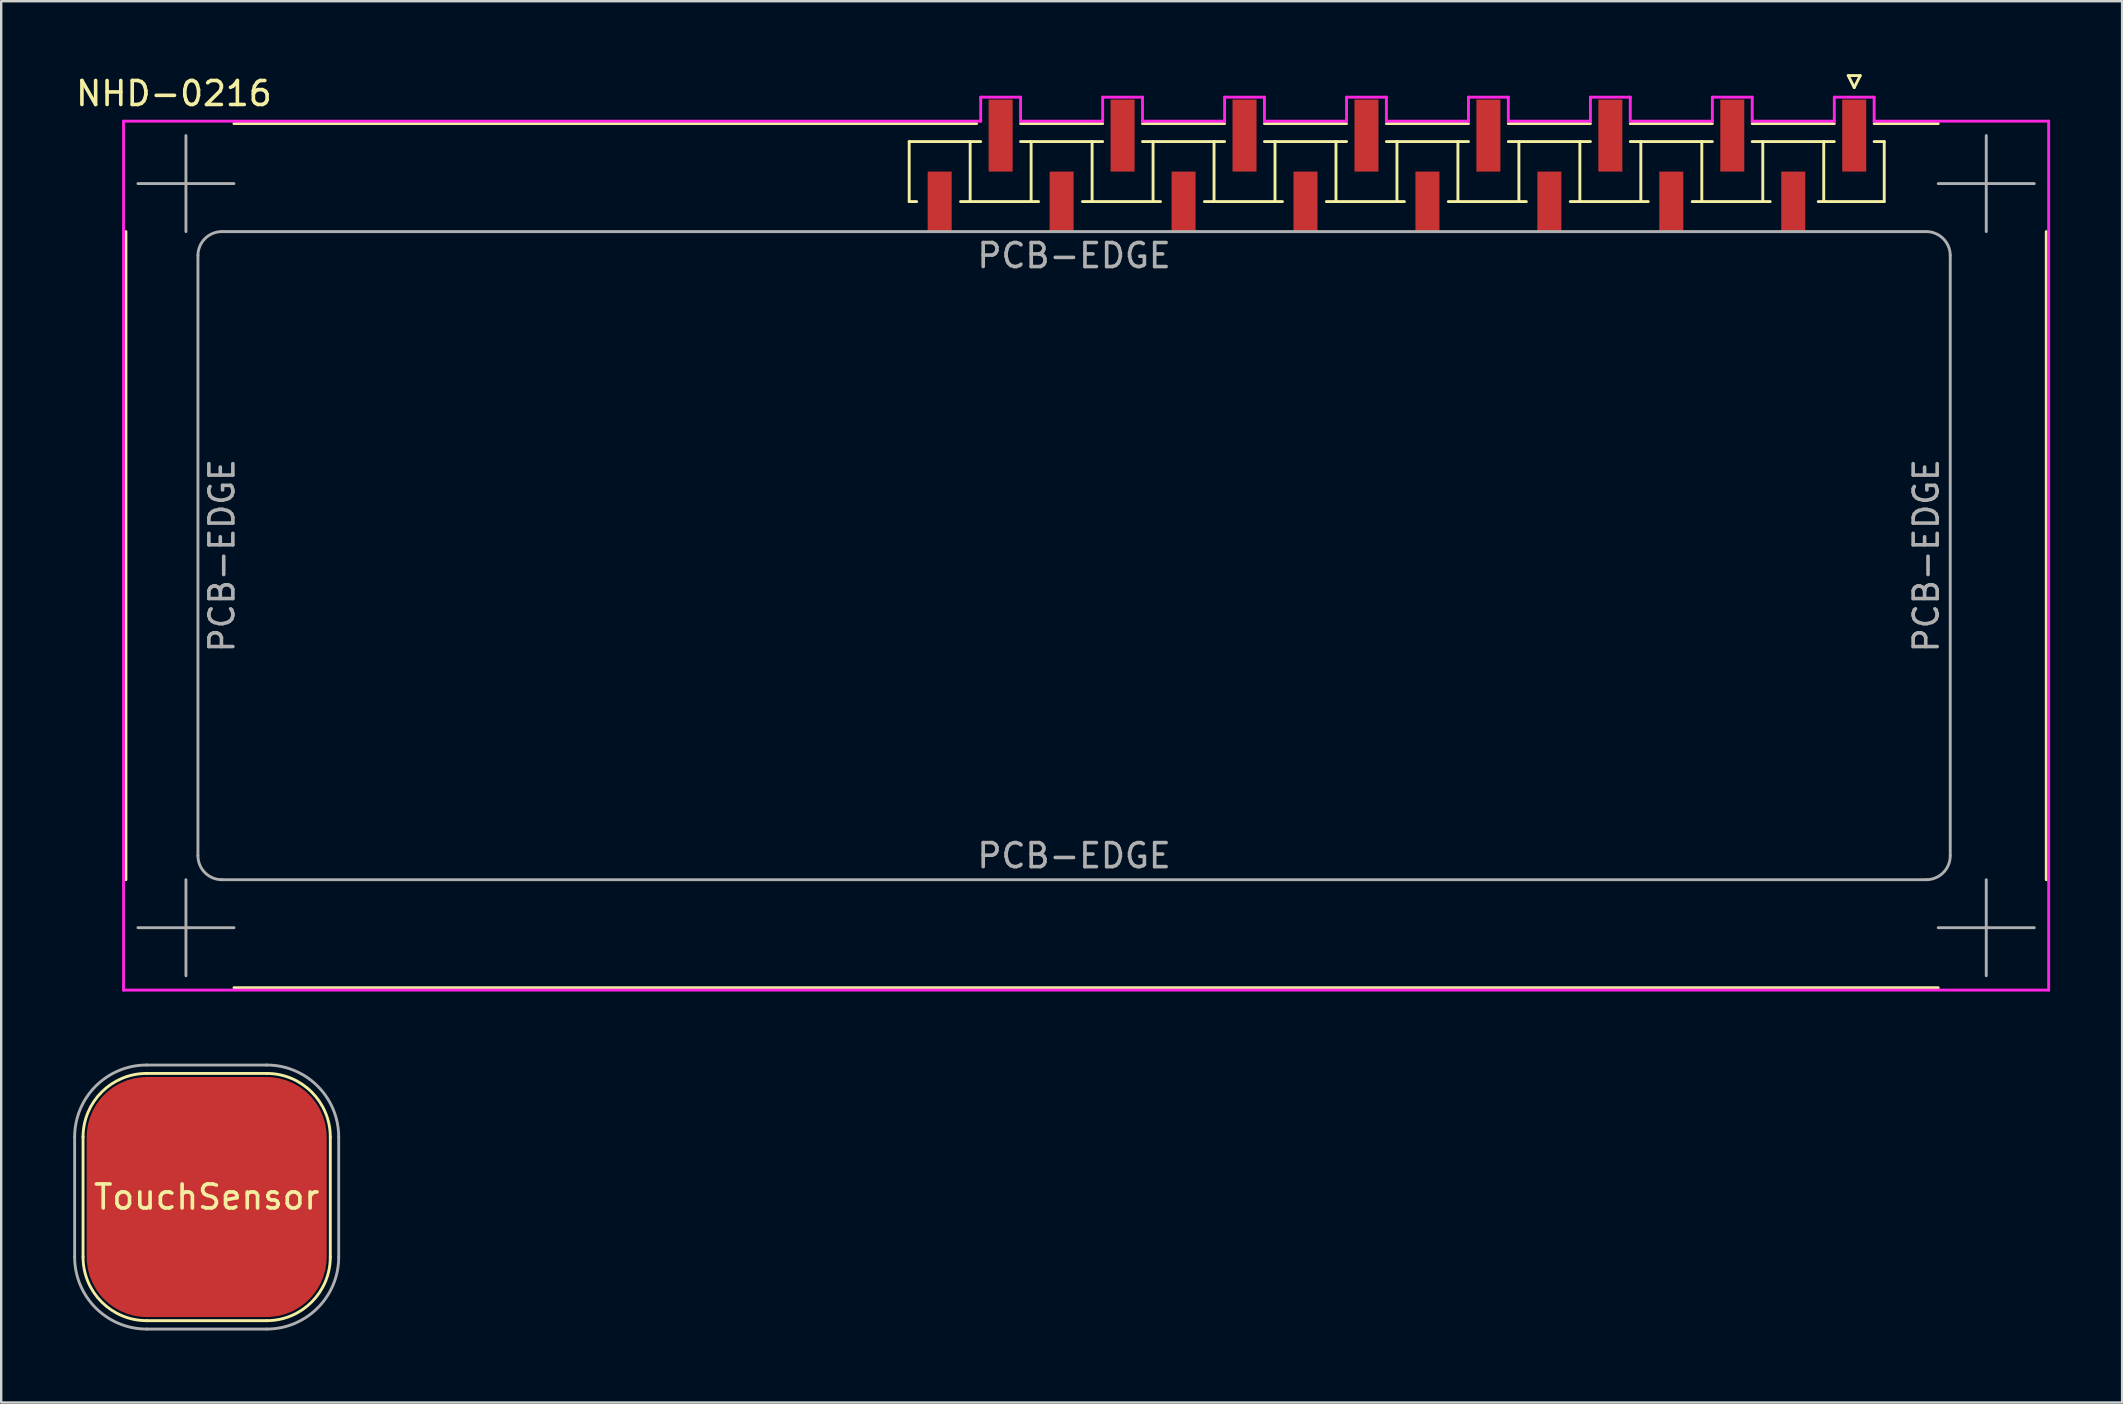
<source format=kicad_pcb>
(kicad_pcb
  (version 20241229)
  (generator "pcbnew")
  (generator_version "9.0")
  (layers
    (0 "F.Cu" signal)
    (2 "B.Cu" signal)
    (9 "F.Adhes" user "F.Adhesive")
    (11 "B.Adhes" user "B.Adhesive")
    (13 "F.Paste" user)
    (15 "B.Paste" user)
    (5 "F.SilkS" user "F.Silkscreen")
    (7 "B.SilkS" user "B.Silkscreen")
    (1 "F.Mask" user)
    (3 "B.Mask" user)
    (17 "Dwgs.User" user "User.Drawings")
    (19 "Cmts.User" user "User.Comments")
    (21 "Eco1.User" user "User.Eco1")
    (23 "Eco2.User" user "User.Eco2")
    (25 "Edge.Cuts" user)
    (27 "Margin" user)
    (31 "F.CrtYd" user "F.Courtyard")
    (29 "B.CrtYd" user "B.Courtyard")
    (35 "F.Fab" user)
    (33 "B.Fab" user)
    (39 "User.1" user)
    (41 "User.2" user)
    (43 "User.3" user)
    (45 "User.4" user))
  (footprint "NHD-0216"
    (layer "F.Cu")
    (at 74.196 4.098)
    (property "Reference" "NHD-0216" (at -70 -3.25 0) (layer "F.SilkS") (effects (font (size 1 1) (thickness 0.15))))
    (attr through_hole)
    (fp_line (start -72 29.5) (end -72 2.5) (stroke (width 0.12) (type solid)) (layer "F.SilkS"))
    (fp_line (start -67.5 -2) (end -36.56 -2) (stroke (width 0.12) (type solid)) (layer "F.SilkS"))
    (fp_line (start -39.37 -1.25) (end -36.39 -1.25) (stroke (width 0.12) (type solid)) (layer "F.SilkS"))
    (fp_line (start -39.37 1.25) (end -39.37 -1.25) (stroke (width 0.12) (type solid)) (layer "F.SilkS"))
    (fp_line (start -39.37 1.25) (end -39.06 1.25) (stroke (width 0.12) (type solid)) (layer "F.SilkS"))
    (fp_line (start -37.23 1.25) (end -33.98 1.25) (stroke (width 0.12) (type solid)) (layer "F.SilkS"))
    (fp_line (start -36.83 1.25) (end -36.83 -1.25) (stroke (width 0.12) (type solid)) (layer "F.SilkS"))
    (fp_line (start -34.73 -2) (end -31.31 -2) (stroke (width 0.12) (type solid)) (layer "F.SilkS"))
    (fp_line (start -34.73 -1.25) (end -31.31 -1.25) (stroke (width 0.12) (type solid)) (layer "F.SilkS"))
    (fp_line (start -34.29 1.25) (end -34.29 -1.25) (stroke (width 0.12) (type solid)) (layer "F.SilkS"))
    (fp_line (start -32.15 1.25) (end -28.9 1.25) (stroke (width 0.12) (type solid)) (layer "F.SilkS"))
    (fp_line (start -31.75 1.25) (end -31.75 -1.25) (stroke (width 0.12) (type solid)) (layer "F.SilkS"))
    (fp_line (start -29.65 -2) (end -26.23 -2) (stroke (width 0.12) (type solid)) (layer "F.SilkS"))
    (fp_line (start -29.65 -1.25) (end -26.23 -1.25) (stroke (width 0.12) (type solid)) (layer "F.SilkS"))
    (fp_line (start -29.21 1.25) (end -29.21 -1.25) (stroke (width 0.12) (type solid)) (layer "F.SilkS"))
    (fp_line (start -27.07 1.25) (end -23.82 1.25) (stroke (width 0.12) (type solid)) (layer "F.SilkS"))
    (fp_line (start -26.67 1.25) (end -26.67 -1.25) (stroke (width 0.12) (type solid)) (layer "F.SilkS"))
    (fp_line (start -24.57 -2) (end -21.15 -2) (stroke (width 0.12) (type solid)) (layer "F.SilkS"))
    (fp_line (start -24.57 -1.25) (end -21.15 -1.25) (stroke (width 0.12) (type solid)) (layer "F.SilkS"))
    (fp_line (start -24.13 1.25) (end -24.13 -1.25) (stroke (width 0.12) (type solid)) (layer "F.SilkS"))
    (fp_line (start -21.99 1.25) (end -18.74 1.25) (stroke (width 0.12) (type solid)) (layer "F.SilkS"))
    (fp_line (start -21.59 1.25) (end -21.59 -1.25) (stroke (width 0.12) (type solid)) (layer "F.SilkS"))
    (fp_line (start -19.49 -2) (end -16.07 -2) (stroke (width 0.12) (type solid)) (layer "F.SilkS"))
    (fp_line (start -19.49 -1.25) (end -16.07 -1.25) (stroke (width 0.12) (type solid)) (layer "F.SilkS"))
    (fp_line (start -19.05 1.25) (end -19.05 -1.25) (stroke (width 0.12) (type solid)) (layer "F.SilkS"))
    (fp_line (start -16.91 1.25) (end -13.66 1.25) (stroke (width 0.12) (type solid)) (layer "F.SilkS"))
    (fp_line (start -16.51 1.25) (end -16.51 -1.25) (stroke (width 0.12) (type solid)) (layer "F.SilkS"))
    (fp_line (start -14.41 -2) (end -10.99 -2) (stroke (width 0.12) (type solid)) (layer "F.SilkS"))
    (fp_line (start -14.41 -1.25) (end -10.99 -1.25) (stroke (width 0.12) (type solid)) (layer "F.SilkS"))
    (fp_line (start -13.97 1.25) (end -13.97 -1.25) (stroke (width 0.12) (type solid)) (layer "F.SilkS"))
    (fp_line (start -11.83 1.25) (end -8.58 1.25) (stroke (width 0.12) (type solid)) (layer "F.SilkS"))
    (fp_line (start -11.43 1.25) (end -11.43 -1.25) (stroke (width 0.12) (type solid)) (layer "F.SilkS"))
    (fp_line (start -9.33 -2) (end -5.91 -2) (stroke (width 0.12) (type solid)) (layer "F.SilkS"))
    (fp_line (start -9.33 -1.25) (end -5.91 -1.25) (stroke (width 0.12) (type solid)) (layer "F.SilkS"))
    (fp_line (start -8.89 1.25) (end -8.89 -1.25) (stroke (width 0.12) (type solid)) (layer "F.SilkS"))
    (fp_line (start -6.75 1.25) (end -3.5 1.25) (stroke (width 0.12) (type solid)) (layer "F.SilkS"))
    (fp_line (start -6.35 1.25) (end -6.35 -1.25) (stroke (width 0.12) (type solid)) (layer "F.SilkS"))
    (fp_line (start -4.25 -2) (end -0.83 -2) (stroke (width 0.12) (type solid)) (layer "F.SilkS"))
    (fp_line (start -4.25 -1.25) (end -0.83 -1.25) (stroke (width 0.12) (type solid)) (layer "F.SilkS"))
    (fp_line (start -3.81 1.25) (end -3.81 -1.25) (stroke (width 0.12) (type solid)) (layer "F.SilkS"))
    (fp_line (start -1.27 1.25) (end -1.27 -1.25) (stroke (width 0.12) (type solid)) (layer "F.SilkS"))
    (fp_line (start -0.25 -4) (end 0.25 -4) (stroke (width 0.12) (type solid)) (layer "F.SilkS"))
    (fp_line (start 0 -3.5) (end -0.25 -4) (stroke (width 0.12) (type solid)) (layer "F.SilkS"))
    (fp_line (start 0.25 -4) (end 0 -3.5) (stroke (width 0.12) (type solid)) (layer "F.SilkS"))
    (fp_line (start 0.83 -2) (end 3.5 -2) (stroke (width 0.12) (type solid)) (layer "F.SilkS"))
    (fp_line (start 1.25 -1.25) (end 0.83 -1.25) (stroke (width 0.12) (type solid)) (layer "F.SilkS"))
    (fp_line (start 1.25 1.25) (end -1.5 1.25) (stroke (width 0.12) (type solid)) (layer "F.SilkS"))
    (fp_line (start 1.25 1.25) (end 1.25 -1.25) (stroke (width 0.12) (type solid)) (layer "F.SilkS"))
    (fp_line (start 3.5 34) (end -67.5 34) (stroke (width 0.12) (type solid)) (layer "F.SilkS"))
    (fp_line (start 8 2.5) (end 8 29.5) (stroke (width 0.12) (type solid)) (layer "F.SilkS"))
    (fp_line (start -72.1 -2.1) (end -72.1 34.1) (stroke (width 0.12) (type solid)) (layer "F.CrtYd"))
    (fp_line (start -72.1 34.1) (end 8.1 34.1) (stroke (width 0.12) (type solid)) (layer "F.CrtYd"))
    (fp_line (start -36.39 -3.1) (end -36.39 -2.1) (stroke (width 0.12) (type solid)) (layer "F.CrtYd"))
    (fp_line (start -36.39 -2.1) (end -72.1 -2.1) (stroke (width 0.12) (type solid)) (layer "F.CrtYd"))
    (fp_line (start -34.73 -3.1) (end -36.39 -3.1) (stroke (width 0.12) (type solid)) (layer "F.CrtYd"))
    (fp_line (start -34.73 -2.1) (end -34.73 -3.1) (stroke (width 0.12) (type solid)) (layer "F.CrtYd"))
    (fp_line (start -31.31 -3.1) (end -31.31 -2.1) (stroke (width 0.12) (type solid)) (layer "F.CrtYd"))
    (fp_line (start -31.31 -2.1) (end -34.73 -2.1) (stroke (width 0.12) (type solid)) (layer "F.CrtYd"))
    (fp_line (start -29.65 -3.1) (end -31.31 -3.1) (stroke (width 0.12) (type solid)) (layer "F.CrtYd"))
    (fp_line (start -29.65 -2.1) (end -29.65 -3.1) (stroke (width 0.12) (type solid)) (layer "F.CrtYd"))
    (fp_line (start -26.23 -3.1) (end -26.23 -2.1) (stroke (width 0.12) (type solid)) (layer "F.CrtYd"))
    (fp_line (start -26.23 -2.1) (end -29.65 -2.1) (stroke (width 0.12) (type solid)) (layer "F.CrtYd"))
    (fp_line (start -24.57 -3.1) (end -26.23 -3.1) (stroke (width 0.12) (type solid)) (layer "F.CrtYd"))
    (fp_line (start -24.57 -2.1) (end -24.57 -3.1) (stroke (width 0.12) (type solid)) (layer "F.CrtYd"))
    (fp_line (start -21.15 -3.1) (end -21.15 -2.1) (stroke (width 0.12) (type solid)) (layer "F.CrtYd"))
    (fp_line (start -21.15 -2.1) (end -24.57 -2.1) (stroke (width 0.12) (type solid)) (layer "F.CrtYd"))
    (fp_line (start -19.49 -3.1) (end -21.15 -3.1) (stroke (width 0.12) (type solid)) (layer "F.CrtYd"))
    (fp_line (start -19.49 -2.1) (end -19.49 -3.1) (stroke (width 0.12) (type solid)) (layer "F.CrtYd"))
    (fp_line (start -16.07 -3.1) (end -16.07 -2.1) (stroke (width 0.12) (type solid)) (layer "F.CrtYd"))
    (fp_line (start -16.07 -2.1) (end -19.49 -2.1) (stroke (width 0.12) (type solid)) (layer "F.CrtYd"))
    (fp_line (start -14.41 -3.1) (end -16.07 -3.1) (stroke (width 0.12) (type solid)) (layer "F.CrtYd"))
    (fp_line (start -14.41 -2.1) (end -14.41 -3.1) (stroke (width 0.12) (type solid)) (layer "F.CrtYd"))
    (fp_line (start -10.99 -3.1) (end -10.99 -2.1) (stroke (width 0.12) (type solid)) (layer "F.CrtYd"))
    (fp_line (start -10.99 -2.1) (end -14.41 -2.1) (stroke (width 0.12) (type solid)) (layer "F.CrtYd"))
    (fp_line (start -9.33 -3.1) (end -10.99 -3.1) (stroke (width 0.12) (type solid)) (layer "F.CrtYd"))
    (fp_line (start -9.33 -2.1) (end -9.33 -3.1) (stroke (width 0.12) (type solid)) (layer "F.CrtYd"))
    (fp_line (start -5.91 -3.1) (end -5.91 -2.1) (stroke (width 0.12) (type solid)) (layer "F.CrtYd"))
    (fp_line (start -5.91 -2.1) (end -9.33 -2.1) (stroke (width 0.12) (type solid)) (layer "F.CrtYd"))
    (fp_line (start -4.25 -3.1) (end -5.91 -3.1) (stroke (width 0.12) (type solid)) (layer "F.CrtYd"))
    (fp_line (start -4.25 -2.1) (end -4.25 -3.1) (stroke (width 0.12) (type solid)) (layer "F.CrtYd"))
    (fp_line (start -0.83 -3.1) (end -0.83 -2.1) (stroke (width 0.12) (type solid)) (layer "F.CrtYd"))
    (fp_line (start -0.83 -2.1) (end -4.25 -2.1) (stroke (width 0.12) (type solid)) (layer "F.CrtYd"))
    (fp_line (start 0.83 -3.1) (end -0.83 -3.1) (stroke (width 0.12) (type solid)) (layer "F.CrtYd"))
    (fp_line (start 0.83 -2.1) (end 0.83 -3.1) (stroke (width 0.12) (type solid)) (layer "F.CrtYd"))
    (fp_line (start 8.1 -2.1) (end 0.83 -2.1) (stroke (width 0.12) (type solid)) (layer "F.CrtYd"))
    (fp_line (start 8.1 34.1) (end 8.1 -2.1) (stroke (width 0.12) (type solid)) (layer "F.CrtYd"))
    (fp_line (start -69.5 2.5) (end -69.5 -1.5) (stroke (width 0.12) (type solid)) (layer "F.Fab"))
    (fp_line (start -69.5 33.5) (end -69.5 29.5) (stroke (width 0.12) (type solid)) (layer "F.Fab"))
    (fp_line (start -69 28.5) (end -69 3.5) (stroke (width 0.12) (type solid)) (layer "F.Fab"))
    (fp_line (start -68 2.5) (end 3 2.5) (stroke (width 0.12) (type solid)) (layer "F.Fab"))
    (fp_line (start -67.5 0.5) (end -71.5 0.5) (stroke (width 0.12) (type solid)) (layer "F.Fab"))
    (fp_line (start -67.5 31.5) (end -71.5 31.5) (stroke (width 0.12) (type solid)) (layer "F.Fab"))
    (fp_line (start 3 29.5) (end -68 29.5) (stroke (width 0.12) (type solid)) (layer "F.Fab"))
    (fp_line (start 4 3.5) (end 4 28.5) (stroke (width 0.12) (type solid)) (layer "F.Fab"))
    (fp_line (start 5.5 2.5) (end 5.5 -1.5) (stroke (width 0.12) (type solid)) (layer "F.Fab"))
    (fp_line (start 5.5 33.5) (end 5.5 29.5) (stroke (width 0.12) (type solid)) (layer "F.Fab"))
    (fp_line (start 7.5 0.5) (end 3.5 0.5) (stroke (width 0.12) (type solid)) (layer "F.Fab"))
    (fp_line (start 7.5 31.5) (end 3.5 31.5) (stroke (width 0.12) (type solid)) (layer "F.Fab"))
    (fp_arc (start -69 3.5) (mid -68.707107 2.792893) (end -68 2.5) (stroke (width 0.12) (type solid)) (layer "F.Fab"))
    (fp_arc (start -68 29.5) (mid -68.707107 29.207107) (end -69 28.5) (stroke (width 0.12) (type solid)) (layer "F.Fab"))
    (fp_arc (start 3 2.5) (mid 3.707107 2.792893) (end 4 3.5) (stroke (width 0.12) (type solid)) (layer "F.Fab"))
    (fp_arc (start 4 28.5) (mid 3.707107 29.207107) (end 3 29.5) (stroke (width 0.12) (type solid)) (layer "F.Fab"))
    (fp_text user "PCB-EDGE" (at 3 16 90) (layer "F.Fab") (effects (font (size 1 1) (thickness 0.15))))
    (fp_text user "PCB-EDGE" (at -32.5 3.5 0) (layer "F.Fab") (effects (font (size 1 1) (thickness 0.15))))
    (fp_text user "PCB-EDGE" (at -68 16 270) (layer "F.Fab") (effects (font (size 1 1) (thickness 0.15))))
    (fp_text user "PCB-EDGE" (at -32.5 28.5 0) (layer "F.Fab") (effects (font (size 1 1) (thickness 0.15))))
    (pad "1" smd rect (at 0 -1.5) (size 1 3) (layers "F.Cu" "F.Mask" "F.Paste"))
    (pad "2" smd rect (at -2.54 1.25) (size 1 2.5) (layers "F.Cu" "F.Mask" "F.Paste"))
    (pad "3" smd rect (at -5.08 -1.5) (size 1 3) (layers "F.Cu" "F.Mask" "F.Paste"))
    (pad "4" smd rect (at -7.62 1.25) (size 1 2.5) (layers "F.Cu" "F.Mask" "F.Paste"))
    (pad "5" smd rect (at -10.16 -1.5) (size 1 3) (layers "F.Cu" "F.Mask" "F.Paste"))
    (pad "6" smd rect (at -12.7 1.25) (size 1 2.5) (layers "F.Cu" "F.Mask" "F.Paste"))
    (pad "7" smd rect (at -15.24 -1.5) (size 1 3) (layers "F.Cu" "F.Mask" "F.Paste"))
    (pad "8" smd rect (at -17.78 1.25) (size 1 2.5) (layers "F.Cu" "F.Mask" "F.Paste"))
    (pad "9" smd rect (at -20.32 -1.5) (size 1 3) (layers "F.Cu" "F.Mask" "F.Paste"))
    (pad "10" smd rect (at -22.86 1.25) (size 1 2.5) (layers "F.Cu" "F.Mask" "F.Paste"))
    (pad "11" smd rect (at -25.4 -1.5) (size 1 3) (layers "F.Cu" "F.Mask" "F.Paste"))
    (pad "12" smd rect (at -27.94 1.25) (size 1 2.5) (layers "F.Cu" "F.Mask" "F.Paste"))
    (pad "13" smd rect (at -30.48 -1.5) (size 1 3) (layers "F.Cu" "F.Mask" "F.Paste"))
    (pad "14" smd rect (at -33.02 1.25) (size 1 2.5) (layers "F.Cu" "F.Mask" "F.Paste"))
    (pad "15" smd rect (at -35.56 -1.5) (size 1 3) (layers "F.Cu" "F.Mask" "F.Paste"))
    (pad "16" smd rect (at -38.1 1.25) (size 1 2.5) (layers "F.Cu" "F.Mask" "F.Paste")))
  (footprint "TouchSensor"
    (layer "F.Cu")
    (at 5.56 46.818)
    (property "Reference" "TouchSensor" (at 0 0 0) (layer "F.SilkS") (effects (font (size 1 1) (thickness 0.15))))
    (attr through_hole)
    (fp_line (start -5.15 2.5) (end -5.15 -2.5) (stroke (width 0.12) (type solid)) (layer "F.SilkS"))
    (fp_line (start -2.5 5.15) (end 2.5 5.15) (stroke (width 0.12) (type solid)) (layer "F.SilkS"))
    (fp_line (start 2.5 -5.15) (end -2.5 -5.15) (stroke (width 0.12) (type solid)) (layer "F.SilkS"))
    (fp_line (start 5.15 -2.5) (end 5.15 2.5) (stroke (width 0.12) (type solid)) (layer "F.SilkS"))
    (fp_arc (start -5.15 -2.5) (mid -4.373833 -4.373833) (end -2.5 -5.15) (stroke (width 0.12) (type solid)) (layer "F.SilkS"))
    (fp_arc (start -2.5 5.15) (mid -4.373833 4.373833) (end -5.15 2.5) (stroke (width 0.12) (type solid)) (layer "F.SilkS"))
    (fp_arc (start 2.5 -5.15) (mid 4.373833 -4.373833) (end 5.15 -2.5) (stroke (width 0.12) (type solid)) (layer "F.SilkS"))
    (fp_arc (start 5.15 2.5) (mid 4.373833 4.373833) (end 2.5 5.15) (stroke (width 0.12) (type solid)) (layer "F.SilkS"))
    (fp_line (start -5.5 -2.5) (end -5.5 2.5) (stroke (width 0.12) (type solid)) (layer "F.Fab"))
    (fp_line (start -2.5 -5.5) (end 2.5 -5.5) (stroke (width 0.12) (type solid)) (layer "F.Fab"))
    (fp_line (start -2.5 5.5) (end 2.5 5.5) (stroke (width 0.12) (type solid)) (layer "F.Fab"))
    (fp_line (start 5.5 -2.5) (end 5.5 2.5) (stroke (width 0.12) (type solid)) (layer "F.Fab"))
    (fp_arc (start -5.5 -2.5) (mid -4.62132 -4.62132) (end -2.5 -5.5) (stroke (width 0.12) (type solid)) (layer "F.Fab"))
    (fp_arc (start -2.5 5.5) (mid -4.62132 4.62132) (end -5.5 2.5) (stroke (width 0.12) (type solid)) (layer "F.Fab"))
    (fp_arc (start 2.5 -5.5) (mid 4.62132 -4.62132) (end 5.5 -2.5) (stroke (width 0.12) (type solid)) (layer "F.Fab"))
    (fp_arc (start 5.5 2.5) (mid 4.62132 4.62132) (end 2.5 5.5) (stroke (width 0.12) (type solid)) (layer "F.Fab"))
    (pad "1" smd roundrect (at 0 0) (size 10 10) (layers "F.Cu") (roundrect_rratio 0.25)))
  (gr_rect
    (start -3 -3)
    (end 85.356 55.378)
    (stroke (width 0.1) (type default))
    (fill no)
    (layer "Edge.Cuts")))
</source>
